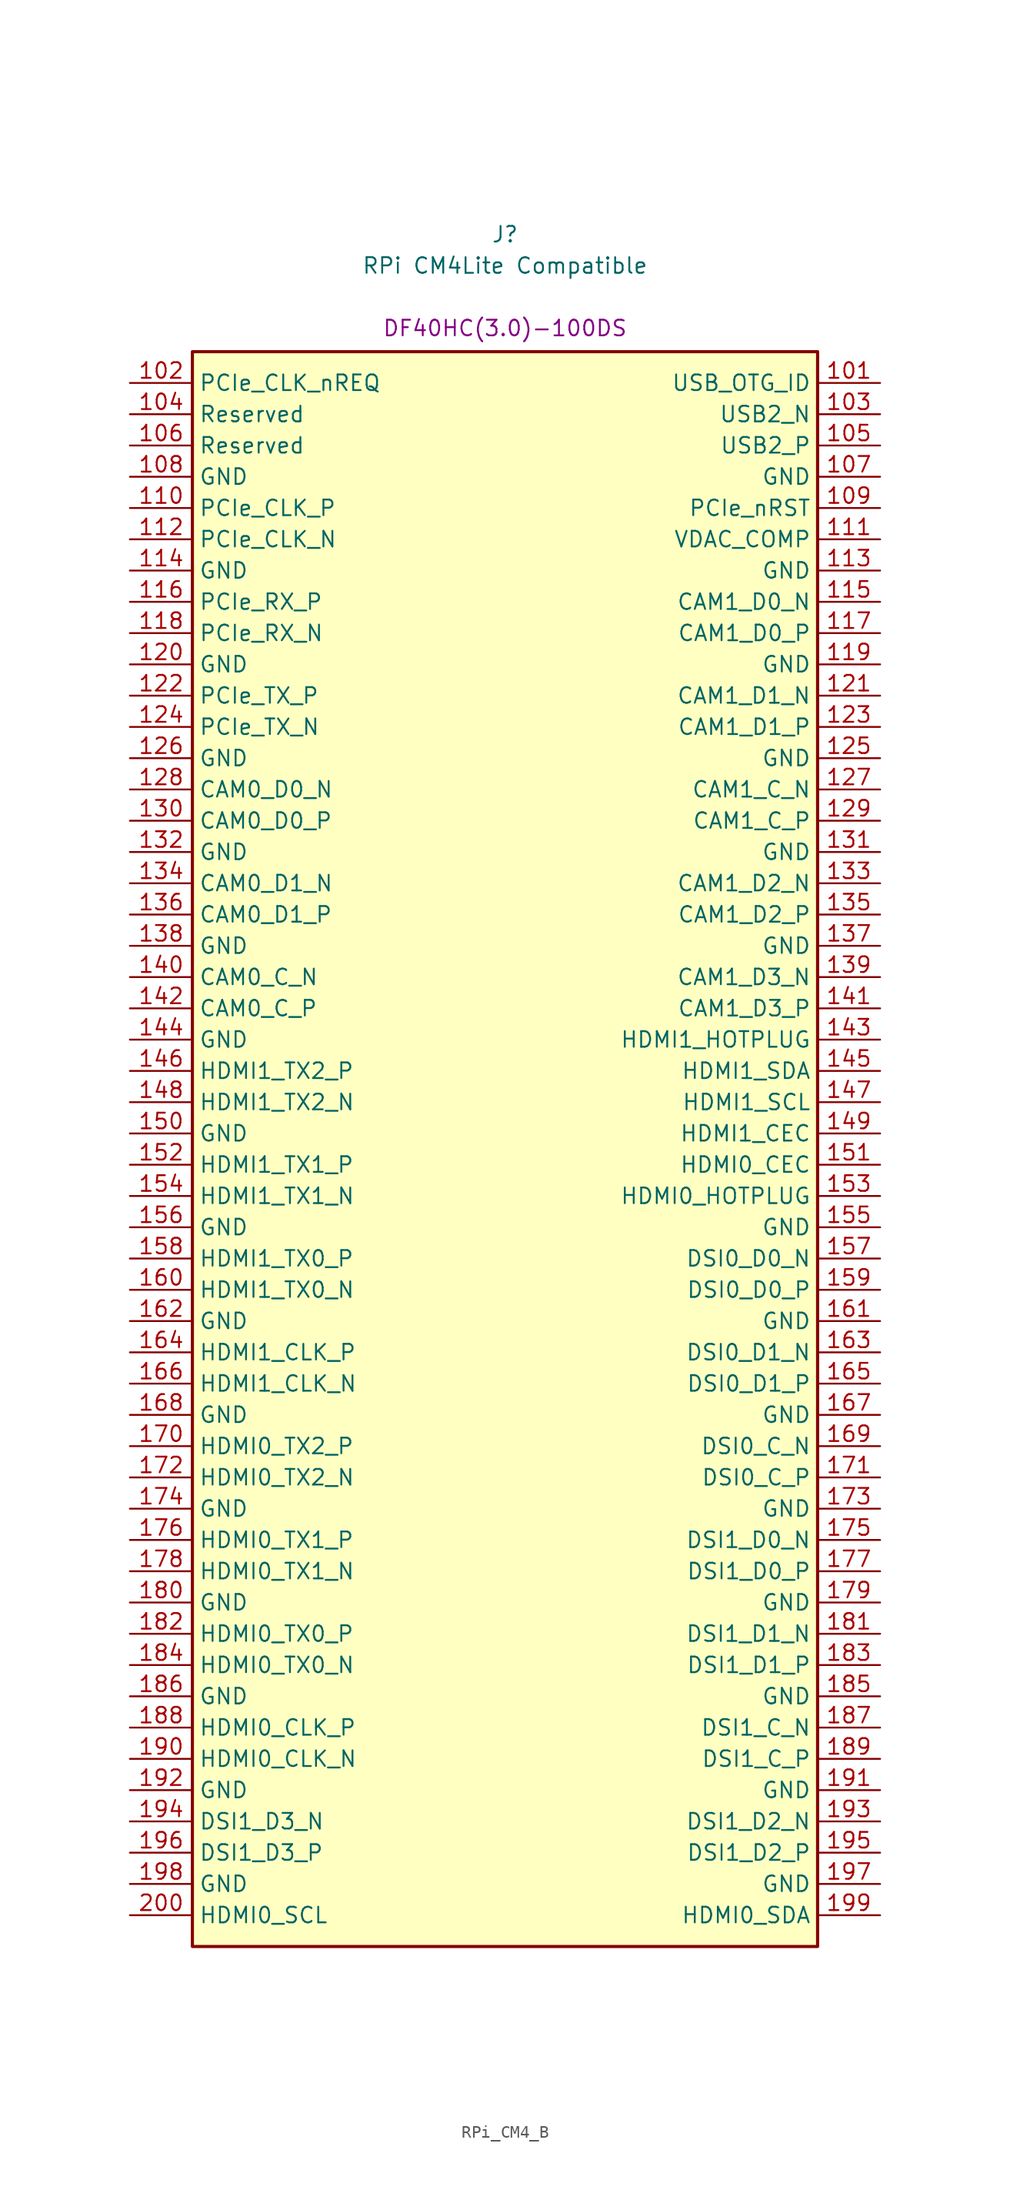
<source format=kicad_sym>
(kicad_symbol_lib
  (version 20220914)
  (generator kicad_symbol_editor)
  (symbol "RPi_CM4_B"
    (property "Reference" "J"
      (at 0 67.945 0)
      (effects (font (size 1.27 1.27))))
    (property "Value" "RPi CM4Lite Compatible"
      (at 0 65.405 0)
      (effects (font (size 1.27 1.27))))
    (property "Field5" "DF40HC(3.0)-100DS"
      (at 0 60.325 0)
      (effects (font (size 1.27 1.27))))
    (symbol "RPi_CM4_B_1_1"
      (rectangle (start -25.4 58.42) (end 25.4 -71.12) (stroke (width 0.254) (type default)) (fill (type background)))
      (pin input line (at 30.48 55.88 180) (length 5.08) (name "USB_OTG_ID" (effects (font (size 1.27 1.27)))) (number "101" (effects (font (size 1.27 1.27)))))
      (pin input line (at -30.48 55.88 0) (length 5.08) (name "PCIe_CLK_nREQ" (effects (font (size 1.27 1.27)))) (number "102" (effects (font (size 1.27 1.27)))))
      (pin passive line (at 30.48 53.34 180) (length 5.08) (name "USB2_N" (effects (font (size 1.27 1.27)))) (number "103" (effects (font (size 1.27 1.27)))))
      (pin passive line (at -30.48 53.34 0) (length 5.08) (name "Reserved" (effects (font (size 1.27 1.27)))) (number "104" (effects (font (size 1.27 1.27)))))
      (pin passive line (at 30.48 50.8 180) (length 5.08) (name "USB2_P" (effects (font (size 1.27 1.27)))) (number "105" (effects (font (size 1.27 1.27)))))
      (pin passive line (at -30.48 50.8 0) (length 5.08) (name "Reserved" (effects (font (size 1.27 1.27)))) (number "106" (effects (font (size 1.27 1.27)))))
      (pin power_in line (at 30.48 48.26 180) (length 5.08) (name "GND" (effects (font (size 1.27 1.27)))) (number "107" (effects (font (size 1.27 1.27)))))
      (pin power_in line (at -30.48 48.26 0) (length 5.08) (name "GND" (effects (font (size 1.27 1.27)))) (number "108" (effects (font (size 1.27 1.27)))))
      (pin bidirectional line (at 30.48 45.72 180) (length 5.08) (name "PCIe_nRST" (effects (font (size 1.27 1.27)))) (number "109" (effects (font (size 1.27 1.27)))))
      (pin output line (at -30.48 45.72 0) (length 5.08) (name "PCIe_CLK_P" (effects (font (size 1.27 1.27)))) (number "110" (effects (font (size 1.27 1.27)))))
      (pin passive line (at 30.48 43.18 180) (length 5.08) (name "VDAC_COMP" (effects (font (size 1.27 1.27)))) (number "111" (effects (font (size 1.27 1.27)))))
      (pin output line (at -30.48 43.18 0) (length 5.08) (name "PCIe_CLK_N" (effects (font (size 1.27 1.27)))) (number "112" (effects (font (size 1.27 1.27)))))
      (pin power_in line (at 30.48 40.64 180) (length 5.08) (name "GND" (effects (font (size 1.27 1.27)))) (number "113" (effects (font (size 1.27 1.27)))))
      (pin power_in line (at -30.48 40.64 0) (length 5.08) (name "GND" (effects (font (size 1.27 1.27)))) (number "114" (effects (font (size 1.27 1.27)))))
      (pin input line (at 30.48 38.1 180) (length 5.08) (name "CAM1_D0_N" (effects (font (size 1.27 1.27)))) (number "115" (effects (font (size 1.27 1.27)))))
      (pin input line (at -30.48 38.1 0) (length 5.08) (name "PCIe_RX_P" (effects (font (size 1.27 1.27)))) (number "116" (effects (font (size 1.27 1.27)))))
      (pin input line (at 30.48 35.56 180) (length 5.08) (name "CAM1_D0_P" (effects (font (size 1.27 1.27)))) (number "117" (effects (font (size 1.27 1.27)))))
      (pin input line (at -30.48 35.56 0) (length 5.08) (name "PCIe_RX_N" (effects (font (size 1.27 1.27)))) (number "118" (effects (font (size 1.27 1.27)))))
      (pin power_in line (at 30.48 33.02 180) (length 5.08) (name "GND" (effects (font (size 1.27 1.27)))) (number "119" (effects (font (size 1.27 1.27)))))
      (pin power_in line (at -30.48 33.02 0) (length 5.08) (name "GND" (effects (font (size 1.27 1.27)))) (number "120" (effects (font (size 1.27 1.27)))))
      (pin input line (at 30.48 30.48 180) (length 5.08) (name "CAM1_D1_N" (effects (font (size 1.27 1.27)))) (number "121" (effects (font (size 1.27 1.27)))))
      (pin output line (at -30.48 30.48 0) (length 5.08) (name "PCIe_TX_P" (effects (font (size 1.27 1.27)))) (number "122" (effects (font (size 1.27 1.27)))))
      (pin input line (at 30.48 27.94 180) (length 5.08) (name "CAM1_D1_P" (effects (font (size 1.27 1.27)))) (number "123" (effects (font (size 1.27 1.27)))))
      (pin output line (at -30.48 27.94 0) (length 5.08) (name "PCIe_TX_N" (effects (font (size 1.27 1.27)))) (number "124" (effects (font (size 1.27 1.27)))))
      (pin power_in line (at 30.48 25.4 180) (length 5.08) (name "GND" (effects (font (size 1.27 1.27)))) (number "125" (effects (font (size 1.27 1.27)))))
      (pin power_in line (at -30.48 25.4 0) (length 5.08) (name "GND" (effects (font (size 1.27 1.27)))) (number "126" (effects (font (size 1.27 1.27)))))
      (pin input line (at 30.48 22.86 180) (length 5.08) (name "CAM1_C_N" (effects (font (size 1.27 1.27)))) (number "127" (effects (font (size 1.27 1.27)))))
      (pin input line (at -30.48 22.86 0) (length 5.08) (name "CAM0_D0_N" (effects (font (size 1.27 1.27)))) (number "128" (effects (font (size 1.27 1.27)))))
      (pin input line (at 30.48 20.32 180) (length 5.08) (name "CAM1_C_P" (effects (font (size 1.27 1.27)))) (number "129" (effects (font (size 1.27 1.27)))))
      (pin input line (at -30.48 20.32 0) (length 5.08) (name "CAM0_D0_P" (effects (font (size 1.27 1.27)))) (number "130" (effects (font (size 1.27 1.27)))))
      (pin power_in line (at 30.48 17.78 180) (length 5.08) (name "GND" (effects (font (size 1.27 1.27)))) (number "131" (effects (font (size 1.27 1.27)))))
      (pin power_in line (at -30.48 17.78 0) (length 5.08) (name "GND" (effects (font (size 1.27 1.27)))) (number "132" (effects (font (size 1.27 1.27)))))
      (pin input line (at 30.48 15.24 180) (length 5.08) (name "CAM1_D2_N" (effects (font (size 1.27 1.27)))) (number "133" (effects (font (size 1.27 1.27)))))
      (pin input line (at -30.48 15.24 0) (length 5.08) (name "CAM0_D1_N" (effects (font (size 1.27 1.27)))) (number "134" (effects (font (size 1.27 1.27)))))
      (pin input line (at 30.48 12.7 180) (length 5.08) (name "CAM1_D2_P" (effects (font (size 1.27 1.27)))) (number "135" (effects (font (size 1.27 1.27)))))
      (pin input line (at -30.48 12.7 0) (length 5.08) (name "CAM0_D1_P" (effects (font (size 1.27 1.27)))) (number "136" (effects (font (size 1.27 1.27)))))
      (pin power_in line (at 30.48 10.16 180) (length 5.08) (name "GND" (effects (font (size 1.27 1.27)))) (number "137" (effects (font (size 1.27 1.27)))))
      (pin power_in line (at -30.48 10.16 0) (length 5.08) (name "GND" (effects (font (size 1.27 1.27)))) (number "138" (effects (font (size 1.27 1.27)))))
      (pin input line (at 30.48 7.62 180) (length 5.08) (name "CAM1_D3_N" (effects (font (size 1.27 1.27)))) (number "139" (effects (font (size 1.27 1.27)))))
      (pin input line (at -30.48 7.62 0) (length 5.08) (name "CAM0_C_N" (effects (font (size 1.27 1.27)))) (number "140" (effects (font (size 1.27 1.27)))))
      (pin input line (at 30.48 5.08 180) (length 5.08) (name "CAM1_D3_P" (effects (font (size 1.27 1.27)))) (number "141" (effects (font (size 1.27 1.27)))))
      (pin input line (at -30.48 5.08 0) (length 5.08) (name "CAM0_C_P" (effects (font (size 1.27 1.27)))) (number "142" (effects (font (size 1.27 1.27)))))
      (pin input line (at 30.48 2.54 180) (length 5.08) (name "HDMI1_HOTPLUG" (effects (font (size 1.27 1.27)))) (number "143" (effects (font (size 1.27 1.27)))))
      (pin power_in line (at -30.48 2.54 0) (length 5.08) (name "GND" (effects (font (size 1.27 1.27)))) (number "144" (effects (font (size 1.27 1.27)))))
      (pin bidirectional line (at 30.48 0 180) (length 5.08) (name "HDMI1_SDA" (effects (font (size 1.27 1.27)))) (number "145" (effects (font (size 1.27 1.27)))))
      (pin output line (at -30.48 0 0) (length 5.08) (name "HDMI1_TX2_P" (effects (font (size 1.27 1.27)))) (number "146" (effects (font (size 1.27 1.27)))))
      (pin open_collector line (at 30.48 -2.54 180) (length 5.08) (name "HDMI1_SCL" (effects (font (size 1.27 1.27)))) (number "147" (effects (font (size 1.27 1.27)))))
      (pin output line (at -30.48 -2.54 0) (length 5.08) (name "HDMI1_TX2_N" (effects (font (size 1.27 1.27)))) (number "148" (effects (font (size 1.27 1.27)))))
      (pin open_collector line (at 30.48 -5.08 180) (length 5.08) (name "HDMI1_CEC" (effects (font (size 1.27 1.27)))) (number "149" (effects (font (size 1.27 1.27)))))
      (pin power_in line (at -30.48 -5.08 0) (length 5.08) (name "GND" (effects (font (size 1.27 1.27)))) (number "150" (effects (font (size 1.27 1.27)))))
      (pin open_collector line (at 30.48 -7.62 180) (length 5.08) (name "HDMI0_CEC" (effects (font (size 1.27 1.27)))) (number "151" (effects (font (size 1.27 1.27)))))
      (pin output line (at -30.48 -7.62 0) (length 5.08) (name "HDMI1_TX1_P" (effects (font (size 1.27 1.27)))) (number "152" (effects (font (size 1.27 1.27)))))
      (pin input line (at 30.48 -10.16 180) (length 5.08) (name "HDMI0_HOTPLUG" (effects (font (size 1.27 1.27)))) (number "153" (effects (font (size 1.27 1.27)))))
      (pin output line (at -30.48 -10.16 0) (length 5.08) (name "HDMI1_TX1_N" (effects (font (size 1.27 1.27)))) (number "154" (effects (font (size 1.27 1.27)))))
      (pin power_in line (at 30.48 -12.7 180) (length 5.08) (name "GND" (effects (font (size 1.27 1.27)))) (number "155" (effects (font (size 1.27 1.27)))))
      (pin power_in line (at -30.48 -12.7 0) (length 5.08) (name "GND" (effects (font (size 1.27 1.27)))) (number "156" (effects (font (size 1.27 1.27)))))
      (pin output line (at 30.48 -15.24 180) (length 5.08) (name "DSI0_D0_N" (effects (font (size 1.27 1.27)))) (number "157" (effects (font (size 1.27 1.27)))))
      (pin output line (at -30.48 -15.24 0) (length 5.08) (name "HDMI1_TX0_P" (effects (font (size 1.27 1.27)))) (number "158" (effects (font (size 1.27 1.27)))))
      (pin output line (at 30.48 -17.78 180) (length 5.08) (name "DSI0_D0_P" (effects (font (size 1.27 1.27)))) (number "159" (effects (font (size 1.27 1.27)))))
      (pin output line (at -30.48 -17.78 0) (length 5.08) (name "HDMI1_TX0_N" (effects (font (size 1.27 1.27)))) (number "160" (effects (font (size 1.27 1.27)))))
      (pin power_in line (at 30.48 -20.32 180) (length 5.08) (name "GND" (effects (font (size 1.27 1.27)))) (number "161" (effects (font (size 1.27 1.27)))))
      (pin power_in line (at -30.48 -20.32 0) (length 5.08) (name "GND" (effects (font (size 1.27 1.27)))) (number "162" (effects (font (size 1.27 1.27)))))
      (pin output line (at 30.48 -22.86 180) (length 5.08) (name "DSI0_D1_N" (effects (font (size 1.27 1.27)))) (number "163" (effects (font (size 1.27 1.27)))))
      (pin output line (at -30.48 -22.86 0) (length 5.08) (name "HDMI1_CLK_P" (effects (font (size 1.27 1.27)))) (number "164" (effects (font (size 1.27 1.27)))))
      (pin output line (at 30.48 -25.4 180) (length 5.08) (name "DSI0_D1_P" (effects (font (size 1.27 1.27)))) (number "165" (effects (font (size 1.27 1.27)))))
      (pin output line (at -30.48 -25.4 0) (length 5.08) (name "HDMI1_CLK_N" (effects (font (size 1.27 1.27)))) (number "166" (effects (font (size 1.27 1.27)))))
      (pin power_in line (at 30.48 -27.94 180) (length 5.08) (name "GND" (effects (font (size 1.27 1.27)))) (number "167" (effects (font (size 1.27 1.27)))))
      (pin power_in line (at -30.48 -27.94 0) (length 5.08) (name "GND" (effects (font (size 1.27 1.27)))) (number "168" (effects (font (size 1.27 1.27)))))
      (pin output line (at 30.48 -30.48 180) (length 5.08) (name "DSI0_C_N" (effects (font (size 1.27 1.27)))) (number "169" (effects (font (size 1.27 1.27)))))
      (pin output line (at -30.48 -30.48 0) (length 5.08) (name "HDMI0_TX2_P" (effects (font (size 1.27 1.27)))) (number "170" (effects (font (size 1.27 1.27)))))
      (pin output line (at 30.48 -33.02 180) (length 5.08) (name "DSI0_C_P" (effects (font (size 1.27 1.27)))) (number "171" (effects (font (size 1.27 1.27)))))
      (pin output line (at -30.48 -33.02 0) (length 5.08) (name "HDMI0_TX2_N" (effects (font (size 1.27 1.27)))) (number "172" (effects (font (size 1.27 1.27)))))
      (pin power_in line (at 30.48 -35.56 180) (length 5.08) (name "GND" (effects (font (size 1.27 1.27)))) (number "173" (effects (font (size 1.27 1.27)))))
      (pin power_in line (at -30.48 -35.56 0) (length 5.08) (name "GND" (effects (font (size 1.27 1.27)))) (number "174" (effects (font (size 1.27 1.27)))))
      (pin output line (at 30.48 -38.1 180) (length 5.08) (name "DSI1_D0_N" (effects (font (size 1.27 1.27)))) (number "175" (effects (font (size 1.27 1.27)))))
      (pin output line (at -30.48 -38.1 0) (length 5.08) (name "HDMI0_TX1_P" (effects (font (size 1.27 1.27)))) (number "176" (effects (font (size 1.27 1.27)))))
      (pin output line (at 30.48 -40.64 180) (length 5.08) (name "DSI1_D0_P" (effects (font (size 1.27 1.27)))) (number "177" (effects (font (size 1.27 1.27)))))
      (pin output line (at -30.48 -40.64 0) (length 5.08) (name "HDMI0_TX1_N" (effects (font (size 1.27 1.27)))) (number "178" (effects (font (size 1.27 1.27)))))
      (pin power_in line (at 30.48 -43.18 180) (length 5.08) (name "GND" (effects (font (size 1.27 1.27)))) (number "179" (effects (font (size 1.27 1.27)))))
      (pin power_in line (at -30.48 -43.18 0) (length 5.08) (name "GND" (effects (font (size 1.27 1.27)))) (number "180" (effects (font (size 1.27 1.27)))))
      (pin output line (at 30.48 -45.72 180) (length 5.08) (name "DSI1_D1_N" (effects (font (size 1.27 1.27)))) (number "181" (effects (font (size 1.27 1.27)))))
      (pin output line (at -30.48 -45.72 0) (length 5.08) (name "HDMI0_TX0_P" (effects (font (size 1.27 1.27)))) (number "182" (effects (font (size 1.27 1.27)))))
      (pin output line (at 30.48 -48.26 180) (length 5.08) (name "DSI1_D1_P" (effects (font (size 1.27 1.27)))) (number "183" (effects (font (size 1.27 1.27)))))
      (pin output line (at -30.48 -48.26 0) (length 5.08) (name "HDMI0_TX0_N" (effects (font (size 1.27 1.27)))) (number "184" (effects (font (size 1.27 1.27)))))
      (pin power_in line (at 30.48 -50.8 180) (length 5.08) (name "GND" (effects (font (size 1.27 1.27)))) (number "185" (effects (font (size 1.27 1.27)))))
      (pin power_in line (at -30.48 -50.8 0) (length 5.08) (name "GND" (effects (font (size 1.27 1.27)))) (number "186" (effects (font (size 1.27 1.27)))))
      (pin output line (at 30.48 -53.34 180) (length 5.08) (name "DSI1_C_N" (effects (font (size 1.27 1.27)))) (number "187" (effects (font (size 1.27 1.27)))))
      (pin output line (at -30.48 -53.34 0) (length 5.08) (name "HDMI0_CLK_P" (effects (font (size 1.27 1.27)))) (number "188" (effects (font (size 1.27 1.27)))))
      (pin output line (at 30.48 -55.88 180) (length 5.08) (name "DSI1_C_P" (effects (font (size 1.27 1.27)))) (number "189" (effects (font (size 1.27 1.27)))))
      (pin output line (at -30.48 -55.88 0) (length 5.08) (name "HDMI0_CLK_N" (effects (font (size 1.27 1.27)))) (number "190" (effects (font (size 1.27 1.27)))))
      (pin power_in line (at 30.48 -58.42 180) (length 5.08) (name "GND" (effects (font (size 1.27 1.27)))) (number "191" (effects (font (size 1.27 1.27)))))
      (pin power_in line (at -30.48 -58.42 0) (length 5.08) (name "GND" (effects (font (size 1.27 1.27)))) (number "192" (effects (font (size 1.27 1.27)))))
      (pin output line (at 30.48 -60.96 180) (length 5.08) (name "DSI1_D2_N" (effects (font (size 1.27 1.27)))) (number "193" (effects (font (size 1.27 1.27)))))
      (pin output line (at -30.48 -60.96 0) (length 5.08) (name "DSI1_D3_N" (effects (font (size 1.27 1.27)))) (number "194" (effects (font (size 1.27 1.27)))))
      (pin output line (at 30.48 -63.5 180) (length 5.08) (name "DSI1_D2_P" (effects (font (size 1.27 1.27)))) (number "195" (effects (font (size 1.27 1.27)))))
      (pin output line (at -30.48 -63.5 0) (length 5.08) (name "DSI1_D3_P" (effects (font (size 1.27 1.27)))) (number "196" (effects (font (size 1.27 1.27)))))
      (pin power_in line (at 30.48 -66.04 180) (length 5.08) (name "GND" (effects (font (size 1.27 1.27)))) (number "197" (effects (font (size 1.27 1.27)))))
      (pin power_in line (at -30.48 -66.04 0) (length 5.08) (name "GND" (effects (font (size 1.27 1.27)))) (number "198" (effects (font (size 1.27 1.27)))))
      (pin bidirectional line (at 30.48 -68.58 180) (length 5.08) (name "HDMI0_SDA" (effects (font (size 1.27 1.27)))) (number "199" (effects (font (size 1.27 1.27)))))
      (pin open_collector line (at -30.48 -68.58 0) (length 5.08) (name "HDMI0_SCL" (effects (font (size 1.27 1.27)))) (number "200" (effects (font (size 1.27 1.27))))))))
</source>
